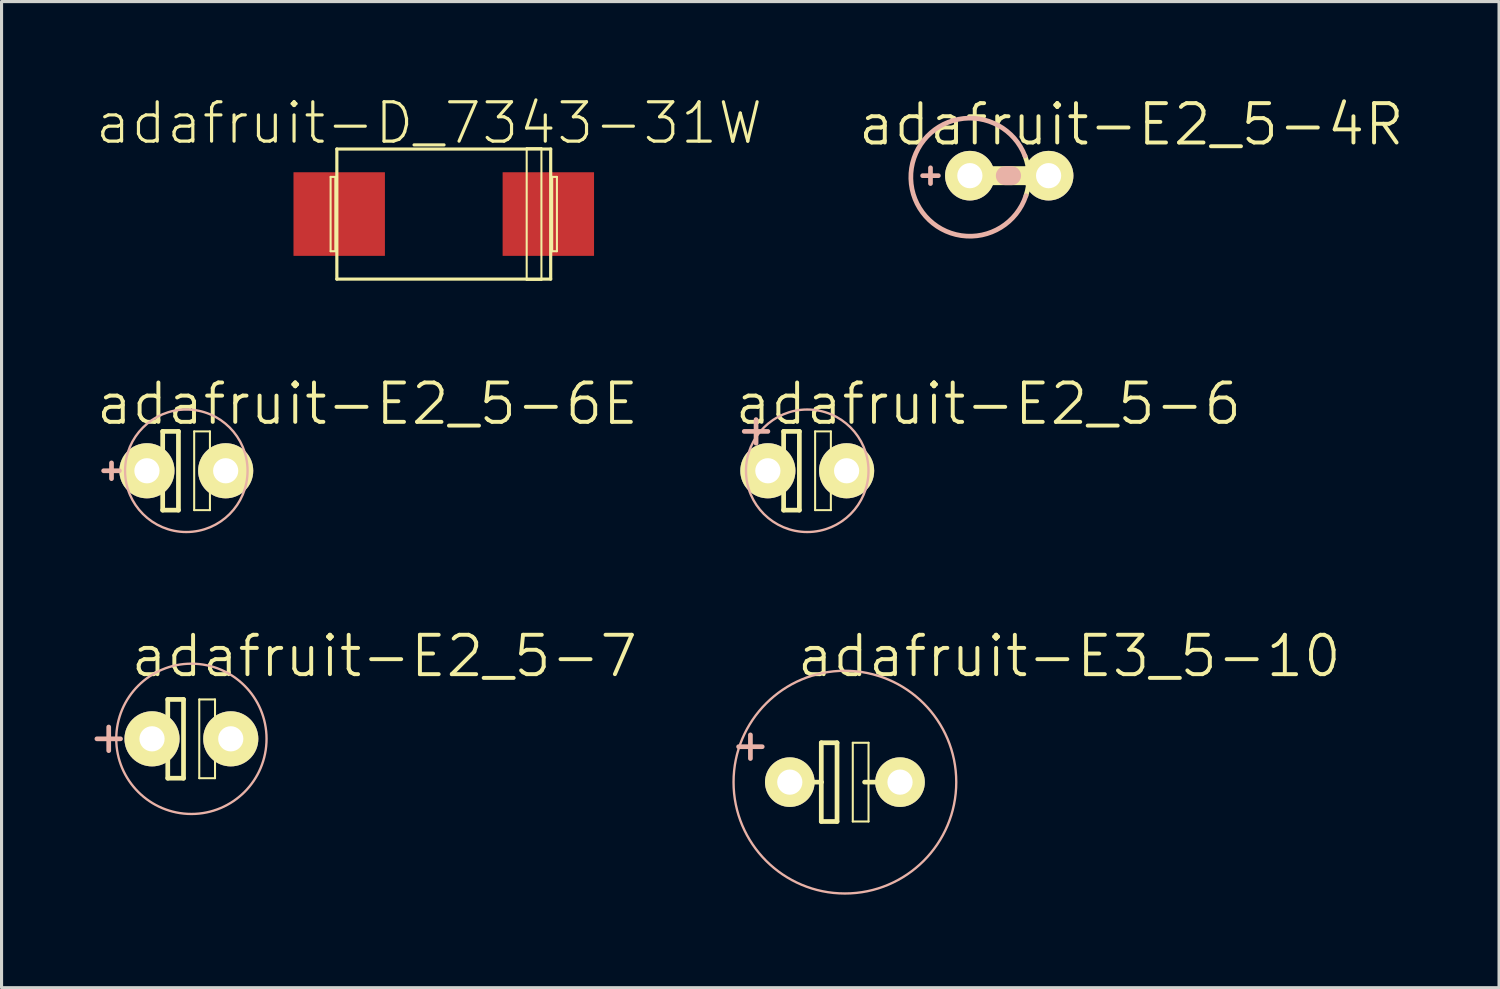
<source format=kicad_pcb>
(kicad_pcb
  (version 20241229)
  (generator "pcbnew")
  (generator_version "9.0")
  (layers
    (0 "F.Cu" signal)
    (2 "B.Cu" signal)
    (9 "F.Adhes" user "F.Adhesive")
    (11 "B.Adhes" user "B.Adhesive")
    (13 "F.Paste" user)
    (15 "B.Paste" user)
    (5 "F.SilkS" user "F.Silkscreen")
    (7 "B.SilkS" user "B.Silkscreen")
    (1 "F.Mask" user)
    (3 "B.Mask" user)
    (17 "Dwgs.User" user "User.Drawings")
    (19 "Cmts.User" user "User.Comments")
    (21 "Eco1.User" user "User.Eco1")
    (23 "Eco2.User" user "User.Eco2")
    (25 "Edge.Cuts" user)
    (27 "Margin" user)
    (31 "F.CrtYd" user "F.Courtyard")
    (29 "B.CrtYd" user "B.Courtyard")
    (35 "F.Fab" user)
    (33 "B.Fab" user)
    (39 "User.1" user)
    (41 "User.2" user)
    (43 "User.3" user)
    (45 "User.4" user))
  (footprint "adafruit-E2_5-6E"
    (layer "F.Cu")
    (at 2.96 12.136)
    (property "Reference" "adafruit-E2_5-6E" (at 5.842 -2.159 0) (layer "F.SilkS") (effects (font (size 1.27 1.27) (thickness 0.127))))
    (attr exclude_from_pos_files exclude_from_bom)
    (fp_line (start -1.651 0) (end -0.762 0) (stroke (width 0.152) (type solid)) (layer "F.SilkS"))
    (fp_line (start -0.762 -1.27) (end -0.762 0) (stroke (width 0.152) (type solid)) (layer "F.SilkS"))
    (fp_line (start -0.762 0) (end -0.762 1.27) (stroke (width 0.152) (type solid)) (layer "F.SilkS"))
    (fp_line (start -0.762 1.27) (end -0.254 1.27) (stroke (width 0.152) (type solid)) (layer "F.SilkS"))
    (fp_line (start -0.254 -1.27) (end -0.762 -1.27) (stroke (width 0.152) (type solid)) (layer "F.SilkS"))
    (fp_line (start -0.254 1.27) (end -0.254 -1.27) (stroke (width 0.152) (type solid)) (layer "F.SilkS"))
    (fp_line (start 0.254 -1.27) (end 0.762 -1.27) (stroke (width 0.066) (type solid)) (layer "F.SilkS"))
    (fp_line (start 0.254 1.27) (end 0.254 -1.27) (stroke (width 0.066) (type solid)) (layer "F.SilkS"))
    (fp_line (start 0.254 1.27) (end 0.762 1.27) (stroke (width 0.066) (type solid)) (layer "F.SilkS"))
    (fp_line (start 0.635 0) (end 1.651 0) (stroke (width 0.152) (type solid)) (layer "F.SilkS"))
    (fp_line (start 0.762 1.27) (end 0.762 -1.27) (stroke (width 0.066) (type solid)) (layer "F.SilkS"))
    (fp_line (start -2.413 0.254) (end -2.413 -0.254) (stroke (width 0.152) (type solid)) (layer "B.SilkS"))
    (fp_line (start -2.159 0) (end -2.667 0) (stroke (width 0.152) (type solid)) (layer "B.SilkS"))
    (fp_circle (center 0 0) (end -1.397 1.397) (stroke (width 0.076) (type solid)) (fill no) (layer "B.SilkS"))
    (pad "+" thru_hole circle (at -1.27 0) (size 1.778 1.778) (drill 0.813) (layers "*.Cu" "F.Mask" "F.SilkS" "F.Paste"))
    (pad "-" thru_hole circle (at 1.27 0) (size 1.778 1.778) (drill 0.813) (layers "*.Cu" "F.Mask" "F.SilkS" "F.Paste")))
  (footprint "adafruit-D_7343-31W"
    (layer "F.Cu")
    (at 11.265 3.855)
    (property "Reference" "adafruit-D_7343-31W" (at -0.475 -2.934 0) (layer "F.SilkS") (effects (font (size 1.27 1.27) (thickness 0.102))))
    (attr smd)
    (fp_line (start -3.65 -1.199) (end -3.498 -1.199) (stroke (width 0.066) (type solid)) (layer "F.SilkS"))
    (fp_line (start -3.65 1.199) (end -3.65 -1.199) (stroke (width 0.066) (type solid)) (layer "F.SilkS"))
    (fp_line (start -3.65 1.199) (end -3.498 1.199) (stroke (width 0.066) (type solid)) (layer "F.SilkS"))
    (fp_line (start -3.498 1.199) (end -3.498 -1.199) (stroke (width 0.066) (type solid)) (layer "F.SilkS"))
    (fp_line (start -3.449 -2.098) (end 3.449 -2.098) (stroke (width 0.102) (type solid)) (layer "F.SilkS"))
    (fp_line (start -3.449 2.098) (end -3.449 -2.098) (stroke (width 0.102) (type solid)) (layer "F.SilkS"))
    (fp_line (start 2.675 -2.123) (end 3.15 -2.123) (stroke (width 0.066) (type solid)) (layer "F.SilkS"))
    (fp_line (start 2.675 2.123) (end 2.675 -2.123) (stroke (width 0.066) (type solid)) (layer "F.SilkS"))
    (fp_line (start 2.675 2.123) (end 3.15 2.123) (stroke (width 0.066) (type solid)) (layer "F.SilkS"))
    (fp_line (start 3.15 2.123) (end 3.15 -2.123) (stroke (width 0.066) (type solid)) (layer "F.SilkS"))
    (fp_line (start 3.449 -2.098) (end 3.449 2.098) (stroke (width 0.102) (type solid)) (layer "F.SilkS"))
    (fp_line (start 3.449 2.098) (end -3.449 2.098) (stroke (width 0.102) (type solid)) (layer "F.SilkS"))
    (fp_line (start 3.498 -1.199) (end 3.65 -1.199) (stroke (width 0.066) (type solid)) (layer "F.SilkS"))
    (fp_line (start 3.498 1.199) (end 3.498 -1.199) (stroke (width 0.066) (type solid)) (layer "F.SilkS"))
    (fp_line (start 3.498 1.199) (end 3.65 1.199) (stroke (width 0.066) (type solid)) (layer "F.SilkS"))
    (fp_line (start 3.65 1.199) (end 3.65 -1.199) (stroke (width 0.066) (type solid)) (layer "F.SilkS"))
    (pad "+" smd rect (at 3.373 0) (size 2.949 2.697) (layers "F.Cu" "F.Mask" "F.Paste"))
    (pad "-" smd rect (at -3.373 0) (size 2.949 2.697) (layers "F.Cu" "F.Mask" "F.Paste")))
  (footprint "adafruit-E3_5-10"
    (layer "F.Cu")
    (at 24.205 22.18)
    (property "Reference" "adafruit-E3_5-10" (at 7.236 -4.064 0) (layer "F.SilkS") (effects (font (size 1.27 1.27) (thickness 0.127))))
    (attr exclude_from_pos_files exclude_from_bom)
    (fp_line (start -1.651 0) (end -0.762 0) (stroke (width 0.152) (type solid)) (layer "F.SilkS"))
    (fp_line (start -0.762 -1.27) (end -0.762 0) (stroke (width 0.152) (type solid)) (layer "F.SilkS"))
    (fp_line (start -0.762 0) (end -0.762 1.27) (stroke (width 0.152) (type solid)) (layer "F.SilkS"))
    (fp_line (start -0.762 1.27) (end -0.254 1.27) (stroke (width 0.152) (type solid)) (layer "F.SilkS"))
    (fp_line (start -0.254 -1.27) (end -0.762 -1.27) (stroke (width 0.152) (type solid)) (layer "F.SilkS"))
    (fp_line (start -0.254 1.27) (end -0.254 -1.27) (stroke (width 0.152) (type solid)) (layer "F.SilkS"))
    (fp_line (start 0.254 -1.27) (end 0.762 -1.27) (stroke (width 0.066) (type solid)) (layer "F.SilkS"))
    (fp_line (start 0.254 1.27) (end 0.254 -1.27) (stroke (width 0.066) (type solid)) (layer "F.SilkS"))
    (fp_line (start 0.254 1.27) (end 0.762 1.27) (stroke (width 0.066) (type solid)) (layer "F.SilkS"))
    (fp_line (start 0.635 0) (end 1.651 0) (stroke (width 0.152) (type solid)) (layer "F.SilkS"))
    (fp_line (start 0.762 1.27) (end 0.762 -1.27) (stroke (width 0.066) (type solid)) (layer "F.SilkS"))
    (fp_line (start -3.429 -1.143) (end -2.667 -1.143) (stroke (width 0.152) (type solid)) (layer "B.SilkS"))
    (fp_line (start -3.048 -0.762) (end -3.048 -1.524) (stroke (width 0.152) (type solid)) (layer "B.SilkS"))
    (fp_circle (center 0 0) (end -2.54 2.54) (stroke (width 0.076) (type solid)) (fill no) (layer "B.SilkS"))
    (pad "+" thru_hole circle (at -1.778 0) (size 1.6 1.6) (drill 0.813) (layers "*.Cu" "F.Mask" "F.SilkS" "F.Paste"))
    (pad "-" thru_hole circle (at 1.778 0) (size 1.6 1.6) (drill 0.813) (layers "*.Cu" "F.Mask" "F.SilkS" "F.Paste")))
  (footprint "adafruit-E2_5-6"
    (layer "F.Cu")
    (at 22.99 12.136)
    (property "Reference" "adafruit-E2_5-6" (at 5.842 -2.159 0) (layer "F.SilkS") (effects (font (size 1.27 1.27) (thickness 0.127))))
    (attr exclude_from_pos_files exclude_from_bom)
    (fp_line (start -1.651 0) (end -0.762 0) (stroke (width 0.152) (type solid)) (layer "F.SilkS"))
    (fp_line (start -0.762 -1.27) (end -0.762 0) (stroke (width 0.152) (type solid)) (layer "F.SilkS"))
    (fp_line (start -0.762 0) (end -0.762 1.27) (stroke (width 0.152) (type solid)) (layer "F.SilkS"))
    (fp_line (start -0.762 1.27) (end -0.254 1.27) (stroke (width 0.152) (type solid)) (layer "F.SilkS"))
    (fp_line (start -0.254 -1.27) (end -0.762 -1.27) (stroke (width 0.152) (type solid)) (layer "F.SilkS"))
    (fp_line (start -0.254 1.27) (end -0.254 -1.27) (stroke (width 0.152) (type solid)) (layer "F.SilkS"))
    (fp_line (start 0.254 -1.27) (end 0.762 -1.27) (stroke (width 0.066) (type solid)) (layer "F.SilkS"))
    (fp_line (start 0.254 1.27) (end 0.254 -1.27) (stroke (width 0.066) (type solid)) (layer "F.SilkS"))
    (fp_line (start 0.254 1.27) (end 0.762 1.27) (stroke (width 0.066) (type solid)) (layer "F.SilkS"))
    (fp_line (start 0.635 0) (end 1.651 0) (stroke (width 0.152) (type solid)) (layer "F.SilkS"))
    (fp_line (start 0.762 1.27) (end 0.762 -1.27) (stroke (width 0.066) (type solid)) (layer "F.SilkS"))
    (fp_line (start -2.032 -1.27) (end -1.651 -1.27) (stroke (width 0.152) (type solid)) (layer "B.SilkS"))
    (fp_line (start -1.651 -1.27) (end -1.651 -1.651) (stroke (width 0.152) (type solid)) (layer "B.SilkS"))
    (fp_line (start -1.651 -1.27) (end -1.27 -1.27) (stroke (width 0.152) (type solid)) (layer "B.SilkS"))
    (fp_line (start -1.651 -0.889) (end -1.651 -1.27) (stroke (width 0.152) (type solid)) (layer "B.SilkS"))
    (fp_circle (center 0 0) (end -1.397 1.397) (stroke (width 0.076) (type solid)) (fill no) (layer "B.SilkS"))
    (pad "+" thru_hole circle (at -1.27 0) (size 1.778 1.778) (drill 0.813) (layers "*.Cu" "F.Mask" "F.SilkS" "F.Paste"))
    (pad "-" thru_hole circle (at 1.27 0) (size 1.778 1.778) (drill 0.813) (layers "*.Cu" "F.Mask" "F.SilkS" "F.Paste")))
  (footprint "adafruit-E2_5-4R"
    (layer "F.Cu")
    (at 29.506 2.617)
    (property "Reference" "adafruit-E2_5-4R" (at 3.937 -1.651 0) (layer "F.SilkS") (effects (font (size 1.27 1.27) (thickness 0.127))))
    (attr exclude_from_pos_files exclude_from_bom)
    (fp_line (start 1.27 0) (end -1.27 0) (stroke (width 0.61) (type solid)) (layer "F.SilkS"))
    (fp_arc (start 0.508 -0.635) (mid 0.634179 0.001023) (end 0.539692 0.64252) (stroke (width 0.1524) (type solid)) (layer "F.SilkS"))
    (fp_line (start -2.794 0) (end -2.286 0) (stroke (width 0.152) (type solid)) (layer "B.SilkS"))
    (fp_line (start -2.54 0.254) (end -2.54 -0.254) (stroke (width 0.152) (type solid)) (layer "B.SilkS"))
    (fp_line (start -0.127 0) (end 0.076 0) (stroke (width 0.61) (type solid)) (layer "B.SilkS"))
    (fp_arc (start 0.53848 0.64516) (mid -3.173884 0.094265) (end 0.50754 -0.635291) (stroke (width 0.1524) (type solid)) (layer "B.SilkS"))
    (pad "+" thru_hole circle (at -1.27 0) (size 1.6 1.6) (drill 0.813) (layers "*.Cu" "F.Mask" "F.SilkS" "F.Paste"))
    (pad "-" thru_hole circle (at 1.27 0) (size 1.6 1.6) (drill 0.813) (layers "*.Cu" "F.Mask" "F.SilkS" "F.Paste")))
  (footprint "adafruit-E2_5-7"
    (layer "F.Cu")
    (at 3.124 20.783)
    (property "Reference" "adafruit-E2_5-7" (at 6.223 -2.667 0) (layer "F.SilkS") (effects (font (size 1.27 1.27) (thickness 0.127))))
    (attr exclude_from_pos_files exclude_from_bom)
    (fp_line (start -1.651 0) (end -0.762 0) (stroke (width 0.152) (type solid)) (layer "F.SilkS"))
    (fp_line (start -0.762 -1.27) (end -0.762 0) (stroke (width 0.152) (type solid)) (layer "F.SilkS"))
    (fp_line (start -0.762 0) (end -0.762 1.27) (stroke (width 0.152) (type solid)) (layer "F.SilkS"))
    (fp_line (start -0.762 1.27) (end -0.254 1.27) (stroke (width 0.152) (type solid)) (layer "F.SilkS"))
    (fp_line (start -0.254 -1.27) (end -0.762 -1.27) (stroke (width 0.152) (type solid)) (layer "F.SilkS"))
    (fp_line (start -0.254 1.27) (end -0.254 -1.27) (stroke (width 0.152) (type solid)) (layer "F.SilkS"))
    (fp_line (start 0.254 -1.27) (end 0.762 -1.27) (stroke (width 0.066) (type solid)) (layer "F.SilkS"))
    (fp_line (start 0.254 1.27) (end 0.254 -1.27) (stroke (width 0.066) (type solid)) (layer "F.SilkS"))
    (fp_line (start 0.254 1.27) (end 0.762 1.27) (stroke (width 0.066) (type solid)) (layer "F.SilkS"))
    (fp_line (start 0.635 0) (end 1.651 0) (stroke (width 0.152) (type solid)) (layer "F.SilkS"))
    (fp_line (start 0.762 1.27) (end 0.762 -1.27) (stroke (width 0.066) (type solid)) (layer "F.SilkS"))
    (fp_line (start -3.048 0) (end -2.286 0) (stroke (width 0.152) (type solid)) (layer "B.SilkS"))
    (fp_line (start -2.667 0.381) (end -2.667 -0.381) (stroke (width 0.152) (type solid)) (layer "B.SilkS"))
    (fp_circle (center 0 0) (end -1.714 1.714) (stroke (width 0.076) (type solid)) (fill no) (layer "B.SilkS"))
    (pad "+" thru_hole circle (at -1.27 0) (size 1.778 1.778) (drill 0.813) (layers "*.Cu" "F.Mask" "F.SilkS" "F.Paste"))
    (pad "-" thru_hole circle (at 1.27 0) (size 1.778 1.778) (drill 0.813) (layers "*.Cu" "F.Mask" "F.SilkS" "F.Paste")))
  (gr_rect
    (start -3 -3)
    (end 45.306 28.81)
    (stroke (width 0.1) (type default))
    (fill no)
    (layer "Edge.Cuts")))
</source>
